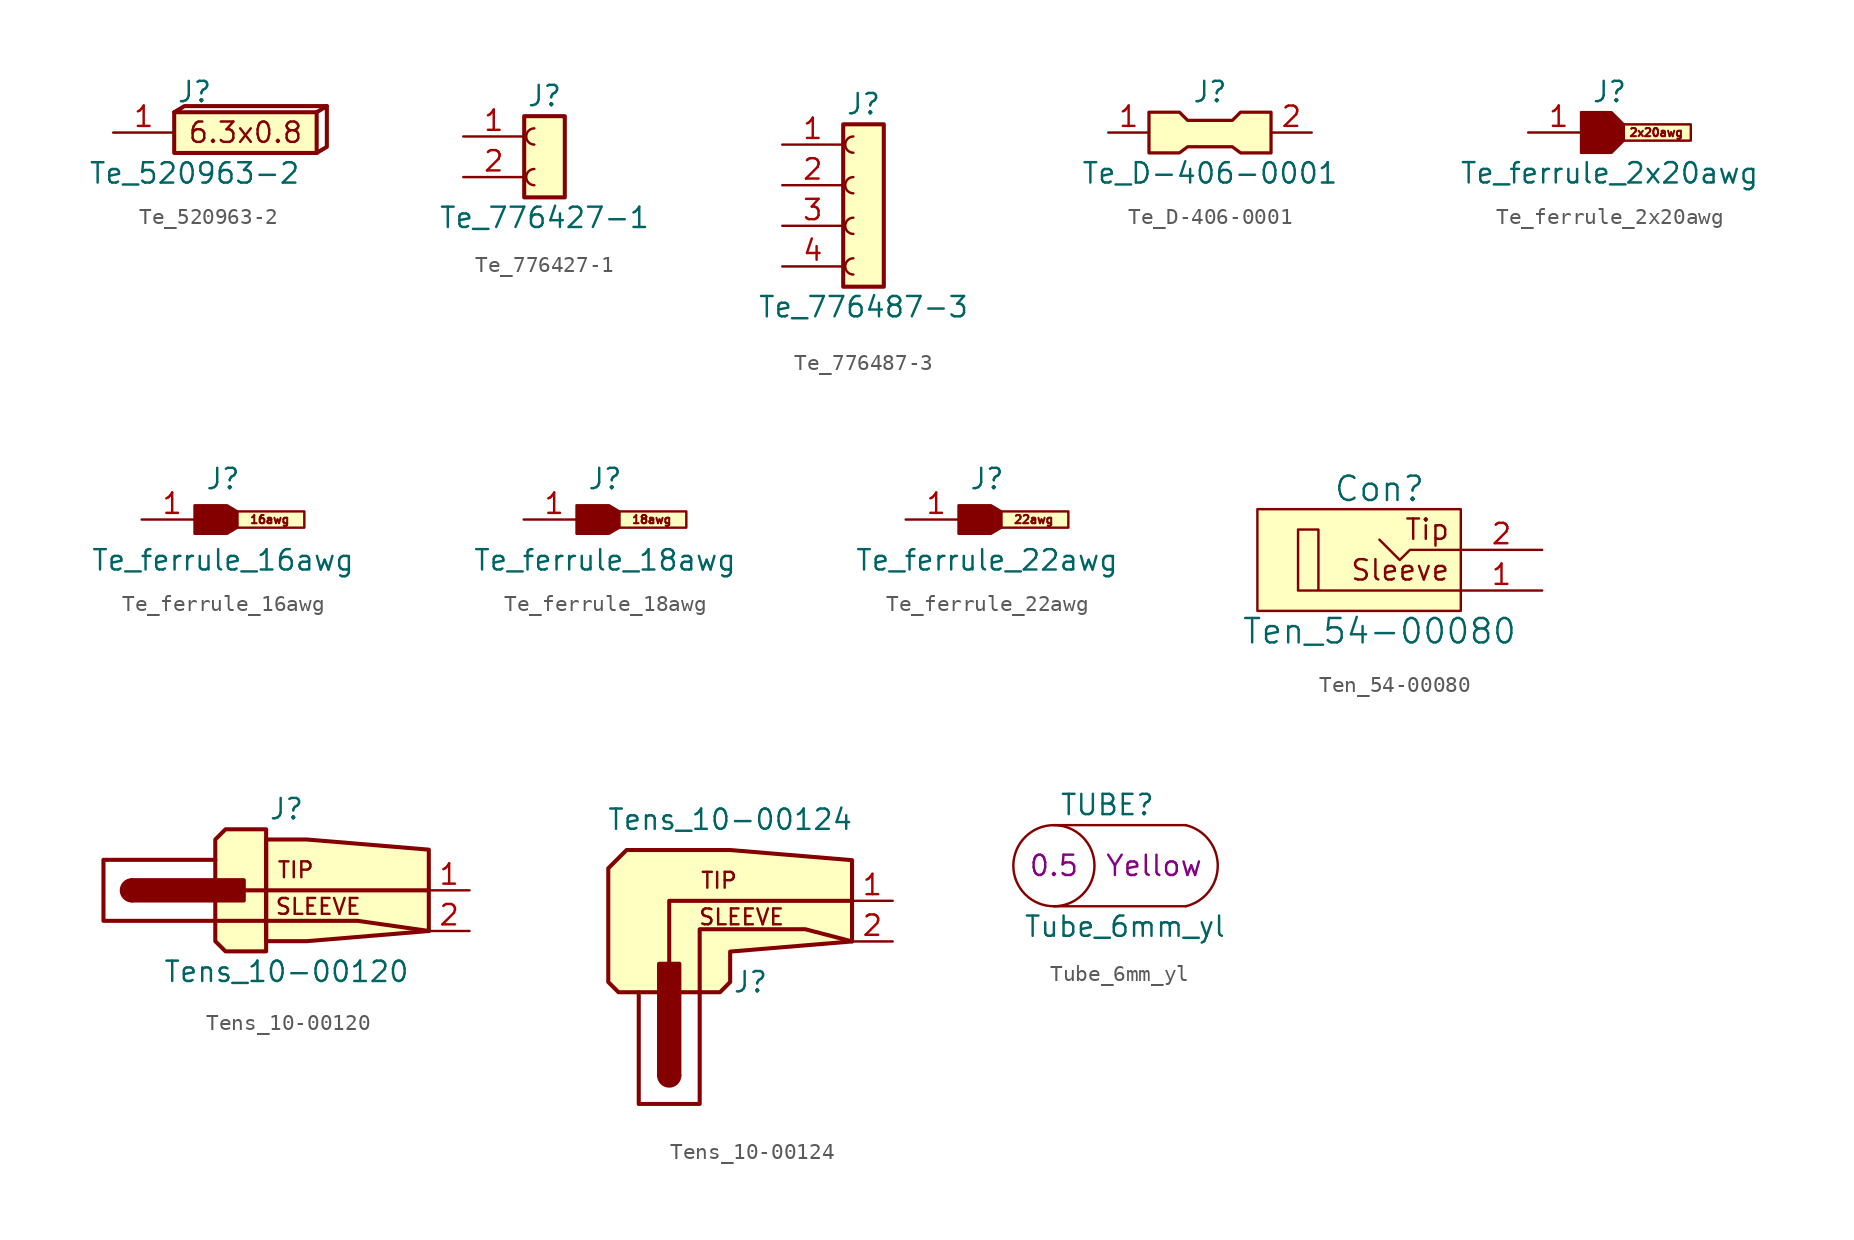
<source format=kicad_sym>
(kicad_symbol_lib
  (version 20220914)
  (generator kicad_symbol_editor)
  (symbol "Te_520963-2"
    (pin_names
      (offset 1.016) hide)
    (property "Reference" "J"
      (at 0 2.54 0)
      (effects (font (size 1.27 1.27))))
    (property "Value" "Te_520963-2"
      (at 0 -2.54 0)
      (effects (font (size 1.27 1.27))))
    (symbol "Te_520963-2_0_0"
      (text "6.3x0.8" (at 3.175 0 0) (effects (font (size 1.27 1.27)))))
    (symbol "Te_520963-2_0_1"
      (polyline (pts (xy 7.62 1.27) (xy 8.255 1.651)) (stroke (width 0.254) (type default)) (fill (type none)))
      (polyline (pts (xy -1.27 1.27) (xy -0.635 1.651) (xy 8.255 1.651) (xy 8.255 -0.889) (xy 7.62 -1.27)) (stroke (width 0.254) (type default)) (fill (type none))))
    (symbol "Te_520963-2_1_1"
      (rectangle (start -1.27 1.27) (end 7.62 -1.27) (stroke (width 0.254) (type default)) (fill (type background)))
      (pin passive line (at -5.08 0 0) (length 3.81) (name "Pin_1" (effects (font (size 1.27 1.27)))) (number "1" (effects (font (size 1.27 1.27)))))))
  (symbol "Te_776427-1"
    (pin_names
      (offset 1.016) hide)
    (property "Reference" "J"
      (at 0 3.81 0)
      (effects (font (size 1.27 1.27))))
    (property "Value" "Te_776427-1"
      (at 0 -3.81 0)
      (effects (font (size 1.27 1.27))))
    (symbol "Te_776427-1_1_1"
      (rectangle (start -1.27 2.54) (end 1.27 -2.54) (stroke (width 0.254) (type default)) (fill (type background)))
      (arc (start -0.635 -0.762) (mid -1.1408 -1.27) (end -0.635 -1.778) (stroke (width 0) (type default)) (fill (type none)))
      (arc (start -0.635 1.778) (mid -1.1408 1.27) (end -0.635 0.762) (stroke (width 0) (type default)) (fill (type none)))
      (pin passive line (at -5.08 1.27 0) (length 3.81) (name "Pin_1" (effects (font (size 1.27 1.27)))) (number "1" (effects (font (size 1.27 1.27)))))
      (pin passive line (at -5.08 -1.27 0) (length 3.81) (name "Pin_2" (effects (font (size 1.27 1.27)))) (number "2" (effects (font (size 1.27 1.27)))))))
  (symbol "Te_776487-3"
    (pin_names
      (offset 1.016) hide)
    (property "Reference" "J"
      (at 0 6.35 0)
      (effects (font (size 1.27 1.27))))
    (property "Value" "Te_776487-3"
      (at 0 -6.35 0)
      (effects (font (size 1.27 1.27))))
    (symbol "Te_776487-3_1_1"
      (rectangle (start -1.27 5.08) (end 1.27 -5.08) (stroke (width 0.254) (type default)) (fill (type background)))
      (arc (start -0.635 -3.302) (mid -1.1408 -3.81) (end -0.635 -4.318) (stroke (width 0) (type default)) (fill (type none)))
      (arc (start -0.635 -0.762) (mid -1.1408 -1.27) (end -0.635 -1.778) (stroke (width 0) (type default)) (fill (type none)))
      (arc (start -0.635 1.778) (mid -1.1408 1.27) (end -0.635 0.762) (stroke (width 0) (type default)) (fill (type none)))
      (arc (start -0.635 4.318) (mid -1.1408 3.81) (end -0.635 3.302) (stroke (width 0) (type default)) (fill (type none)))
      (pin passive line (at -5.08 3.81 0) (length 3.81) (name "Pin_1" (effects (font (size 1.27 1.27)))) (number "1" (effects (font (size 1.27 1.27)))))
      (pin passive line (at -5.08 1.27 0) (length 3.81) (name "Pin_2" (effects (font (size 1.27 1.27)))) (number "2" (effects (font (size 1.27 1.27)))))
      (pin passive line (at -5.08 -1.27 0) (length 3.81) (name "Pin_3" (effects (font (size 1.27 1.27)))) (number "3" (effects (font (size 1.27 1.27)))))
      (pin passive line (at -5.08 -3.81 0) (length 3.81) (name "Pin_4" (effects (font (size 1.27 1.27)))) (number "4" (effects (font (size 1.27 1.27)))))))
  (symbol "Te_D-406-0001"
    (pin_names
      (offset 1.016) hide)
    (property "Reference" "J"
      (at 0 2.54 0)
      (effects (font (size 1.27 1.27))))
    (property "Value" "Te_D-406-0001"
      (at 0 -2.54 0)
      (effects (font (size 1.27 1.27))))
    (symbol "Te_D-406-0001_1_1"
      (polyline (pts (xy -3.81 1.27) (xy -1.905 1.27) (xy -1.397 0.762) (xy 1.397 0.762) (xy 1.905 1.27) (xy 3.81 1.27) (xy 3.81 -1.27) (xy 1.905 -1.27) (xy 1.397 -0.889) (xy -1.397 -0.889) (xy -1.905 -1.27) (xy -3.81 -1.27) (xy -3.81 1.27)) (stroke (width 0.203) (type default)) (fill (type background)))
      (pin passive line (at -6.35 0 0) (length 2.54) (name "Pin_1" (effects (font (size 1.27 1.27)))) (number "1" (effects (font (size 1.27 1.27)))))
      (pin passive line (at 6.35 0 180) (length 2.54) (name "Pin_2" (effects (font (size 1.27 1.27)))) (number "2" (effects (font (size 1.27 1.27)))))))
  (symbol "Te_ferrule_2x20awg"
    (pin_names
      (offset 1.016) hide)
    (property "Reference" "J"
      (at 0 2.54 0)
      (effects (font (size 1.27 1.27))))
    (property "Value" "Te_ferrule_2x20awg"
      (at 0 -2.54 0)
      (effects (font (size 1.27 1.27))))
    (symbol "Te_ferrule_2x20awg_0_0"
      (text "2x20awg" (at 2.921 0 0) (effects (font (size 0.508 0.508)))))
    (symbol "Te_ferrule_2x20awg_0_1"
      (polyline (pts (xy 0.889 0.508) (xy 5.08 0.508) (xy 5.08 -0.508) (xy 0.889 -0.508) (xy 0.889 0.508)) (stroke (width 0) (type default)) (fill (type background)))
      (polyline (pts (xy -1.778 1.27) (xy -1.778 -1.27) (xy 0.127 -1.27) (xy 0.889 -0.508) (xy 0.889 0.508) (xy 0.127 1.27) (xy -1.778 1.27)) (stroke (width 0) (type default)) (fill (type outline))))
    (symbol "Te_ferrule_2x20awg_1_1"
      (pin passive line (at -5.08 0 0) (length 3.81) (name "Pin_1" (effects (font (size 1.27 1.27)))) (number "1" (effects (font (size 1.27 1.27)))))))
  (symbol "Te_ferrule_16awg"
    (pin_names
      (offset 1.016) hide)
    (property "Reference" "J"
      (at 0 2.54 0)
      (effects (font (size 1.27 1.27))))
    (property "Value" "Te_ferrule_16awg"
      (at 0 -2.54 0)
      (effects (font (size 1.27 1.27))))
    (symbol "Te_ferrule_16awg_0_0"
      (text "16awg" (at 2.921 0 0) (effects (font (size 0.508 0.508)))))
    (symbol "Te_ferrule_16awg_0_1"
      (polyline (pts (xy 0.889 0.508) (xy 5.08 0.508) (xy 5.08 -0.508) (xy 0.889 -0.508) (xy 0.889 0.508)) (stroke (width 0) (type default)) (fill (type background)))
      (polyline (pts (xy -1.778 0.889) (xy -1.778 -0.889) (xy 0.254 -0.889) (xy 0.889 -0.508) (xy 0.889 0.508) (xy 0.254 0.889) (xy -1.778 0.889)) (stroke (width 0) (type default)) (fill (type outline))))
    (symbol "Te_ferrule_16awg_1_1"
      (pin passive line (at -5.08 0 0) (length 3.81) (name "Pin_1" (effects (font (size 1.27 1.27)))) (number "1" (effects (font (size 1.27 1.27)))))))
  (symbol "Te_ferrule_18awg"
    (pin_names
      (offset 1.016) hide)
    (property "Reference" "J"
      (at 0 2.54 0)
      (effects (font (size 1.27 1.27))))
    (property "Value" "Te_ferrule_18awg"
      (at 0 -2.54 0)
      (effects (font (size 1.27 1.27))))
    (symbol "Te_ferrule_18awg_0_0"
      (text "18awg" (at 2.921 0 0) (effects (font (size 0.508 0.508)))))
    (symbol "Te_ferrule_18awg_0_1"
      (polyline (pts (xy 0.889 0.508) (xy 5.08 0.508) (xy 5.08 -0.508) (xy 0.889 -0.508) (xy 0.889 0.508)) (stroke (width 0) (type default)) (fill (type background)))
      (polyline (pts (xy -1.778 0.889) (xy -1.778 -0.889) (xy 0.254 -0.889) (xy 0.889 -0.508) (xy 0.889 0.508) (xy 0.254 0.889) (xy -1.778 0.889)) (stroke (width 0) (type default)) (fill (type outline))))
    (symbol "Te_ferrule_18awg_1_1"
      (pin passive line (at -5.08 0 0) (length 3.81) (name "Pin_1" (effects (font (size 1.27 1.27)))) (number "1" (effects (font (size 1.27 1.27)))))))
  (symbol "Te_ferrule_22awg"
    (pin_names
      (offset 1.016) hide)
    (property "Reference" "J"
      (at 0 2.54 0)
      (effects (font (size 1.27 1.27))))
    (property "Value" "Te_ferrule_22awg"
      (at 0 -2.54 0)
      (effects (font (size 1.27 1.27))))
    (symbol "Te_ferrule_22awg_0_0"
      (text "22awg" (at 2.921 0 0) (effects (font (size 0.508 0.508)))))
    (symbol "Te_ferrule_22awg_0_1"
      (polyline (pts (xy 0.889 0.508) (xy 5.08 0.508) (xy 5.08 -0.508) (xy 0.889 -0.508) (xy 0.889 0.508)) (stroke (width 0) (type default)) (fill (type background)))
      (polyline (pts (xy -1.778 0.889) (xy -1.778 -0.889) (xy 0.254 -0.889) (xy 0.889 -0.508) (xy 0.889 0.508) (xy 0.254 0.889) (xy -1.778 0.889)) (stroke (width 0) (type default)) (fill (type outline))))
    (symbol "Te_ferrule_22awg_1_1"
      (pin passive line (at -5.08 0 0) (length 3.81) (name "Pin_1" (effects (font (size 1.27 1.27)))) (number "1" (effects (font (size 1.27 1.27)))))))
  (symbol "Ten_54-00080"
    (pin_names
      (offset 0.051) hide)
    (property "Reference" "Con"
      (at 0 3.81 0)
      (effects (font (size 1.524 1.524))))
    (property "Value" "Ten_54-00080"
      (at 0 -5.08 0)
      (effects (font (size 1.524 1.524))))
    (symbol "Ten_54-00080_0_0"
      (text "Sleeve" (at 4.445 -1.27 0) (effects (font (size 1.27 1.27)) (justify right)))
      (text "Tip" (at 4.445 1.27 0) (effects (font (size 1.27 1.27)) (justify right))))
    (symbol "Ten_54-00080_0_1"
      (polyline (pts (xy 5.08 0) (xy 1.905 0) (xy 1.27 -0.635) (xy 0 0.635)) (stroke (width 0) (type default)) (fill (type none)))
      (polyline (pts (xy 5.08 -2.54) (xy -3.81 -2.54) (xy -3.81 1.27) (xy -5.08 1.27) (xy -5.08 -2.54) (xy -3.81 -2.54)) (stroke (width 0) (type default)) (fill (type none)))
      (rectangle (start 5.08 2.54) (end -7.62 -3.81) (stroke (width 0) (type default)) (fill (type background))))
    (symbol "Ten_54-00080_1_1"
      (pin passive line (at 10.16 -2.54 180) (length 5.08) (name "Sleeve" (effects (font (size 1.27 1.27)))) (number "1" (effects (font (size 1.27 1.27)))))
      (pin passive line (at 10.16 0 180) (length 5.08) (name "Tip" (effects (font (size 1.27 1.27)))) (number "2" (effects (font (size 1.27 1.27)))))))
  (symbol "Tens_10-00120"
    (pin_names
      (offset 1.016) hide)
    (property "Reference" "J"
      (at 0 5.08 0)
      (effects (font (size 1.27 1.27))))
    (property "Value" "Tens_10-00120"
      (at 0 -5.08 0)
      (effects (font (size 1.27 1.27))))
    (symbol "Tens_10-00120_0_0"
      (text "SLEEVE" (at -0.762 -1.016 0) (effects (font (size 0.991 0.991)) (justify left)))
      (text "TIP" (at -0.635 1.27 0) (effects (font (size 0.991 0.991)) (justify left))))
    (symbol "Tens_10-00120_0_1"
      (arc (start -9.652 0.635) (mid -10.2843 0) (end -9.652 -0.635) (stroke (width 0.254) (type default)) (fill (type outline)))
      (rectangle (start -2.667 0.635) (end -9.652 -0.635) (stroke (width 0.254) (type default)) (fill (type outline)))
      (polyline (pts (xy 8.89 0) (xy -2.54 0)) (stroke (width 0.254) (type default)) (fill (type none)))
      (polyline (pts (xy 8.89 -2.54) (xy 4.445 -1.905) (xy -4.445 -1.905) (xy -11.43 -1.905) (xy -11.43 1.905) (xy -4.445 1.905)) (stroke (width 0.254) (type default)) (fill (type none)))
      (polyline (pts (xy -1.27 3.81) (xy -3.81 3.81) (xy -4.445 3.175) (xy -4.445 -3.175) (xy -3.81 -3.81) (xy -1.27 -3.81) (xy -1.27 3.81)) (stroke (width 0.254) (type default)) (fill (type background)))
      (polyline (pts (xy 1.27 -3.175) (xy 8.89 -2.54) (xy 8.89 2.54) (xy 1.27 3.175) (xy 0 3.175) (xy -1.27 3.175) (xy -1.27 2.54) (xy -1.27 -3.175) (xy 0 -3.175) (xy 1.27 -3.175) (xy 1.27 -3.175)) (stroke (width 0.254) (type default)) (fill (type background))))
    (symbol "Tens_10-00120_1_1"
      (pin passive line (at 11.43 0 180) (length 2.54) (name "Tip" (effects (font (size 1.27 1.27)))) (number "1" (effects (font (size 1.27 1.27)))))
      (pin passive line (at 11.43 -2.54 180) (length 2.54) (name "Sleeve" (effects (font (size 1.27 1.27)))) (number "2" (effects (font (size 1.27 1.27)))))))
  (symbol "Tens_10-00124"
    (pin_names
      (offset 1.016) hide)
    (property "Reference" "J"
      (at 0 -5.08 0)
      (effects (font (size 1.27 1.27))))
    (property "Value" "Tens_10-00124"
      (at -1.27 5.08 0)
      (effects (font (size 1.27 1.27))))
    (symbol "Tens_10-00124_0_0"
      (text "SLEEVE" (at -3.302 -1.016 0) (effects (font (size 0.991 0.991)) (justify left)))
      (text "TIP" (at -3.175 1.27 0) (effects (font (size 0.991 0.991)) (justify left))))
    (symbol "Tens_10-00124_0_1"
      (arc (start -5.715 -10.922) (mid -5.08 -11.5543) (end -4.445 -10.922) (stroke (width 0.254) (type default)) (fill (type outline)))
      (rectangle (start -5.715 -3.937) (end -4.445 -10.922) (stroke (width 0.254) (type default)) (fill (type outline)))
      (polyline (pts (xy 6.35 0) (xy -5.08 0) (xy -5.08 -3.81)) (stroke (width 0.254) (type default)) (fill (type none)))
      (polyline (pts (xy 6.35 -2.54) (xy 3.429 -1.778) (xy -3.175 -1.778) (xy -3.175 -5.715) (xy -3.175 -12.7) (xy -6.985 -12.7) (xy -6.985 -5.715)) (stroke (width 0.254) (type default)) (fill (type none)))
      (polyline (pts (xy -8.255 -5.715) (xy -1.905 -5.715) (xy -1.27 -5.08) (xy -1.27 -3.175) (xy 6.35 -2.54) (xy 6.35 2.54) (xy -1.27 3.175) (xy -7.747 3.175) (xy -8.89 2.032) (xy -8.89 -5.08) (xy -8.255 -5.715)) (stroke (width 0.254) (type default)) (fill (type background))))
    (symbol "Tens_10-00124_1_1"
      (pin passive line (at 8.89 0 180) (length 2.54) (name "Tip" (effects (font (size 1.27 1.27)))) (number "1" (effects (font (size 1.27 1.27)))))
      (pin passive line (at 8.89 -2.54 180) (length 2.54) (name "Sleeve" (effects (font (size 1.27 1.27)))) (number "2" (effects (font (size 1.27 1.27)))))))
  (symbol "Tube_6mm_yl"
    (pin_numbers hide)
    (pin_names
      (offset 0) hide)
    (property "Reference" "TUBE"
      (at 6.35 3.81 0)
      (effects (font (size 1.27 1.27)) (justify right)))
    (property "Value" "Tube_6mm_yl"
      (at 4.445 -3.81 0)
      (effects (font (size 1.27 1.27))))
    (property "Color" "Yellow"
      (at 3.175 0 0)
      (effects (font (size 1.27 1.27)) (justify left)))
    (property "Wall_Thickness" "0.5"
      (at 0 0 0)
      (effects (font (size 1.27 1.27))))
    (symbol "Tube_6mm_yl_0_1"
      (polyline (pts (xy 8.255 -2.54) (xy 0 -2.54)) (stroke (width 0) (type default)) (fill (type none)))
      (polyline (pts (xy 8.255 2.54) (xy 0 2.54)) (stroke (width 0) (type default)) (fill (type none)))
      (circle (center 0 0) (radius 2.54) (stroke (width 0) (type default)) (fill (type none)))
      (arc (start 8.255 -2.54) (mid 10.2575 0) (end 8.255 2.54) (stroke (width 0) (type default)) (fill (type none))))))
</source>
